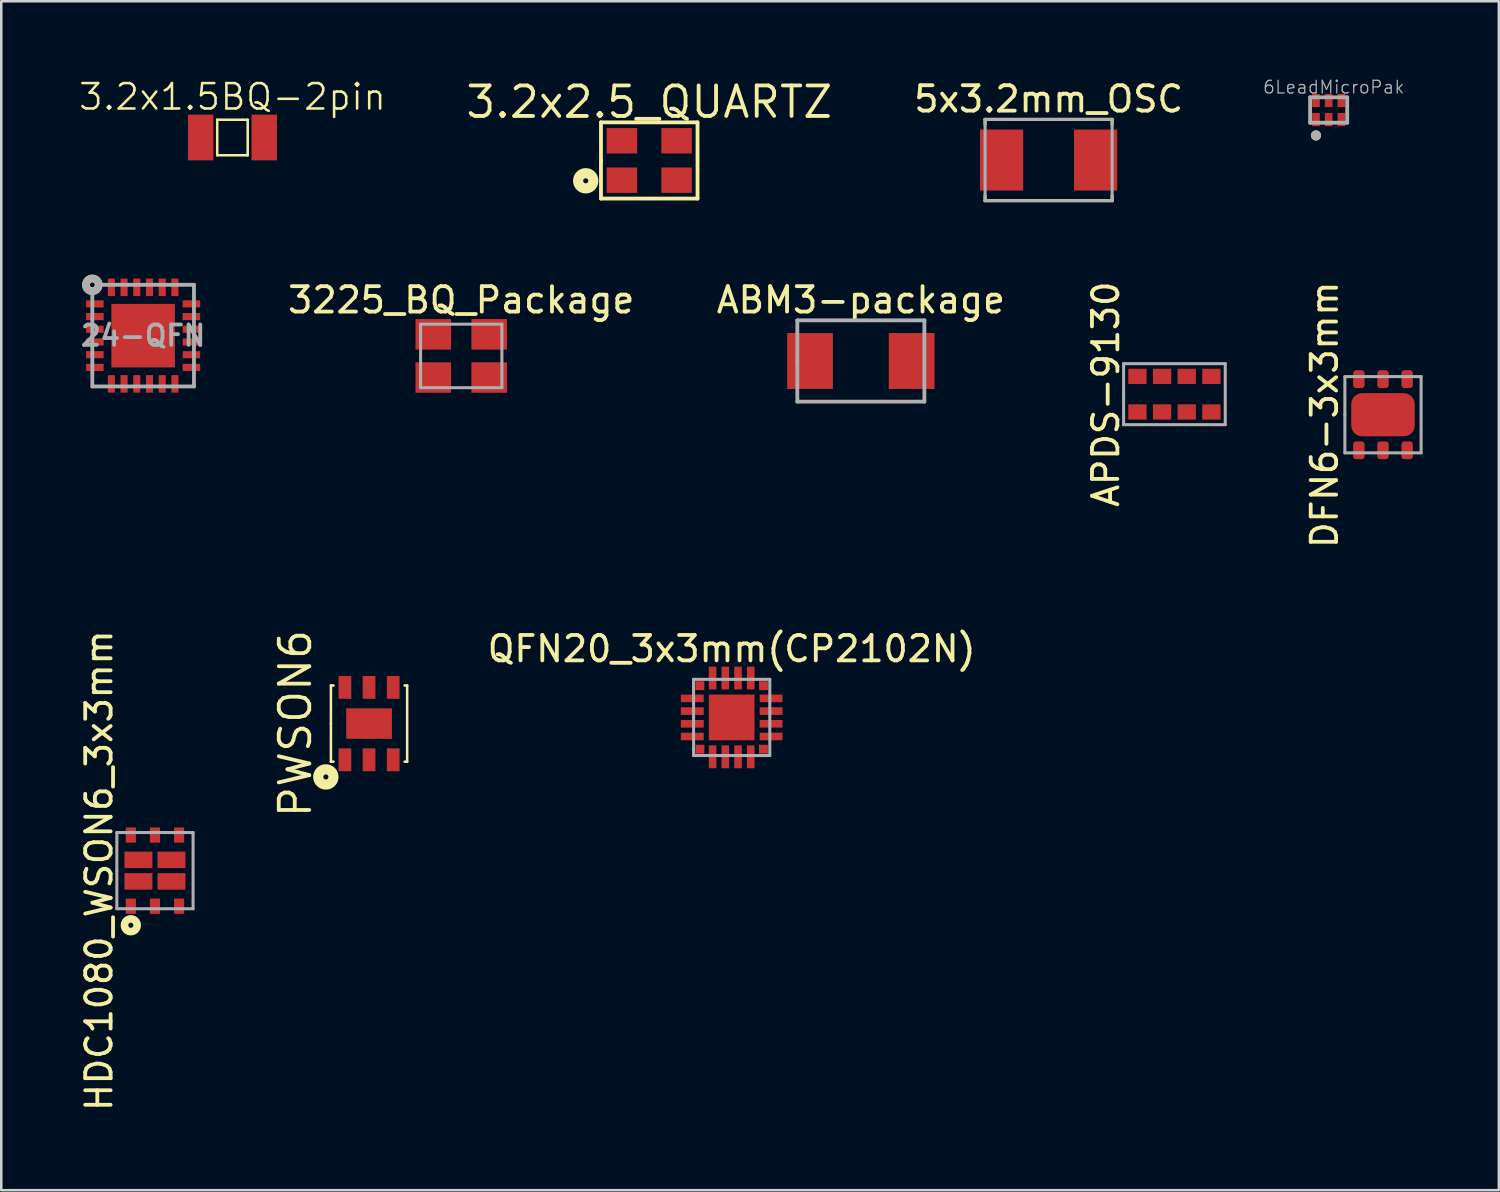
<source format=kicad_pcb>
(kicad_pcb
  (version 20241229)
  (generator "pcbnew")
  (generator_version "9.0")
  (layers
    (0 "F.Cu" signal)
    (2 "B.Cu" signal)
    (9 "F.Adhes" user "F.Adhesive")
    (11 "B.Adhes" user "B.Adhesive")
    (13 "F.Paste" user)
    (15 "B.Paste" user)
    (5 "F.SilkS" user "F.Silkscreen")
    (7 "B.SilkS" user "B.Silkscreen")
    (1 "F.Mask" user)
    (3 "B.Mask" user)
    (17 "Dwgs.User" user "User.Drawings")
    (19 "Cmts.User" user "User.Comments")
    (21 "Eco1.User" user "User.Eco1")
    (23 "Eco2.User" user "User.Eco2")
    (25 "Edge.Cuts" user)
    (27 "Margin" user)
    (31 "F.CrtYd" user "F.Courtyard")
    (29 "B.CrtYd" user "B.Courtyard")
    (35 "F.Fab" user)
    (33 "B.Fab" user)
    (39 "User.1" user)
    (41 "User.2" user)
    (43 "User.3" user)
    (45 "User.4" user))
  (footprint "DFN6-3x3mm"
    (layer "F.Cu")
    (at 51.375 13.271)
    (property "Reference" "DFN6-3x3mm" (at -2.3 0 90) (layer "F.SilkS") (effects (font (size 1 1) (thickness 0.15))))
    (attr smd)
    (fp_line (start -1.5 -1.5) (end 1.5 -1.5) (stroke (width 0.12) (type solid)) (layer "F.Fab"))
    (fp_line (start -1.5 0) (end -1.5 -1.5) (stroke (width 0.12) (type solid)) (layer "F.Fab"))
    (fp_line (start -1.5 1.5) (end -1.5 0) (stroke (width 0.12) (type solid)) (layer "F.Fab"))
    (fp_line (start 1.5 -1.5) (end 1.5 1.5) (stroke (width 0.12) (type solid)) (layer "F.Fab"))
    (fp_line (start 1.5 1.5) (end -1.5 1.5) (stroke (width 0.12) (type solid)) (layer "F.Fab"))
    (pad "1" smd roundrect (at -0.95 1.4) (size 0.45 0.7) (layers "F.Cu" "F.Mask" "F.Paste") (roundrect_rratio 0.25))
    (pad "2" smd roundrect (at 0 1.4) (size 0.45 0.7) (layers "F.Cu" "F.Mask" "F.Paste") (roundrect_rratio 0.25))
    (pad "3" smd roundrect (at 0.95 1.4) (size 0.45 0.7) (layers "F.Cu" "F.Mask" "F.Paste") (roundrect_rratio 0.25))
    (pad "4" smd roundrect (at 0.95 -1.4) (size 0.45 0.7) (layers "F.Cu" "F.Mask" "F.Paste") (roundrect_rratio 0.25))
    (pad "5" smd roundrect (at 0 -1.4) (size 0.45 0.7) (layers "F.Cu" "F.Mask" "F.Paste") (roundrect_rratio 0.25))
    (pad "6" smd roundrect (at -0.95 -1.4) (size 0.45 0.7) (layers "F.Cu" "F.Mask" "F.Paste") (roundrect_rratio 0.25))
    (pad "7" smd roundrect (at 0 0) (size 2.5 1.7) (layers "F.Cu" "F.Mask" "F.Paste") (roundrect_rratio 0.25)))
  (footprint "ABM3-package"
    (layer "F.Cu")
    (at 30.827 11.156)
    (property "Reference" "ABM3-package" (at 0 -2.4 0) (layer "F.SilkS") (effects (font (size 1 1) (thickness 0.15))))
    (attr through_hole)
    (fp_line (start -2.5 -1.6) (end 2.5 -1.6) (stroke (width 0.15) (type solid)) (layer "F.Fab"))
    (fp_line (start -2.5 0) (end -2.5 -1.6) (stroke (width 0.15) (type solid)) (layer "F.Fab"))
    (fp_line (start -2.5 1.6) (end -2.5 0) (stroke (width 0.15) (type solid)) (layer "F.Fab"))
    (fp_line (start 2.5 -1.6) (end 2.5 1.6) (stroke (width 0.15) (type solid)) (layer "F.Fab"))
    (fp_line (start 2.5 1.6) (end -2.5 1.6) (stroke (width 0.15) (type solid)) (layer "F.Fab"))
    (pad "1" smd rect (at -2 0) (size 1.8 2.2) (layers "F.Cu" "F.Mask" "F.Paste"))
    (pad "2" smd rect (at 2 0) (size 1.8 2.2) (layers "F.Cu" "F.Mask" "F.Paste")))
  (footprint "QFN20_3x3mm(CP2102N)"
    (layer "F.Cu")
    (at 25.744 25.183)
    (property "Reference" "QFN20_3x3mm(CP2102N)" (at 0 -2.7 0) (layer "F.SilkS") (effects (font (size 1 1) (thickness 0.15))))
    (attr smd)
    (fp_line (start -1.5 -1.5) (end 1.5 -1.5) (stroke (width 0.12) (type solid)) (layer "F.Fab"))
    (fp_line (start -1.5 0) (end -1.5 -1.5) (stroke (width 0.12) (type solid)) (layer "F.Fab"))
    (fp_line (start -1.5 1.5) (end -1.5 0) (stroke (width 0.12) (type solid)) (layer "F.Fab"))
    (fp_line (start 1.5 -1.5) (end 1.5 1.5) (stroke (width 0.12) (type solid)) (layer "F.Fab"))
    (fp_line (start 1.5 1.5) (end -1.5 1.5) (stroke (width 0.12) (type solid)) (layer "F.Fab"))
    (pad "1" smd rect (at -1.25 -1.25) (size 0.35 0.35) (layers "F.Cu" "F.Mask" "F.Paste"))
    (pad "2" smd rect (at -1.55 -0.75 90) (size 0.3 0.9) (layers "F.Cu" "F.Mask" "F.Paste"))
    (pad "3" smd rect (at -1.55 -0.25 90) (size 0.3 0.9) (layers "F.Cu" "F.Mask" "F.Paste"))
    (pad "4" smd rect (at -1.55 0.25 90) (size 0.3 0.9) (layers "F.Cu" "F.Mask" "F.Paste"))
    (pad "5" smd rect (at -1.55 0.75 90) (size 0.3 0.9) (layers "F.Cu" "F.Mask" "F.Paste"))
    (pad "6" smd rect (at -1.25 1.25) (size 0.35 0.35) (layers "F.Cu" "F.Mask" "F.Paste"))
    (pad "7" smd rect (at -0.75 1.55) (size 0.3 0.9) (layers "F.Cu" "F.Mask" "F.Paste"))
    (pad "8" smd rect (at -0.25 1.55) (size 0.3 0.9) (layers "F.Cu" "F.Mask" "F.Paste"))
    (pad "9" smd rect (at 0.25 1.55) (size 0.3 0.9) (layers "F.Cu" "F.Mask" "F.Paste"))
    (pad "10" smd rect (at 0.75 1.55) (size 0.3 0.9) (layers "F.Cu" "F.Mask" "F.Paste"))
    (pad "11" smd rect (at 1.25 1.25) (size 0.35 0.35) (layers "F.Cu" "F.Mask" "F.Paste"))
    (pad "12" smd rect (at 1.55 0.75 90) (size 0.3 0.9) (layers "F.Cu" "F.Mask" "F.Paste"))
    (pad "13" smd rect (at 1.55 0.25 90) (size 0.3 0.9) (layers "F.Cu" "F.Mask" "F.Paste"))
    (pad "14" smd rect (at 1.55 -0.25 90) (size 0.3 0.9) (layers "F.Cu" "F.Mask" "F.Paste"))
    (pad "15" smd rect (at 1.55 -0.75 90) (size 0.3 0.9) (layers "F.Cu" "F.Mask" "F.Paste"))
    (pad "16" smd rect (at 1.25 -1.25) (size 0.35 0.35) (layers "F.Cu" "F.Mask" "F.Paste"))
    (pad "17" smd rect (at 0.75 -1.55) (size 0.3 0.9) (layers "F.Cu" "F.Mask" "F.Paste"))
    (pad "18" smd rect (at 0.25 -1.55) (size 0.3 0.9) (layers "F.Cu" "F.Mask" "F.Paste"))
    (pad "19" smd rect (at -0.25 -1.55) (size 0.3 0.9) (layers "F.Cu" "F.Mask" "F.Paste"))
    (pad "20" smd rect (at -0.75 -1.55) (size 0.3 0.9) (layers "F.Cu" "F.Mask" "F.Paste"))
    (pad "21" smd rect (at 0 0) (size 1.8 1.8) (layers "F.Cu" "F.Mask" "F.Paste")))
  (footprint "PWSON6"
    (layer "F.Cu")
    (at 11.473 25.425)
    (property "Reference" "PWSON6" (at -2.9 0 90) (layer "F.SilkS") (effects (font (size 1.2 1.2) (thickness 0.15))))
    (attr through_hole)
    (fp_line (start -1.5 -1.5) (end -1.4 -1.5) (stroke (width 0.1) (type solid)) (layer "F.SilkS"))
    (fp_line (start -1.5 0) (end -1.5 -1.5) (stroke (width 0.1) (type solid)) (layer "F.SilkS"))
    (fp_line (start -1.5 0) (end -1.5 1.5) (stroke (width 0.1) (type solid)) (layer "F.SilkS"))
    (fp_line (start -1.5 1.5) (end -1.4 1.5) (stroke (width 0.1) (type solid)) (layer "F.SilkS"))
    (fp_line (start 1.5 -1.5) (end 1.4 -1.5) (stroke (width 0.1) (type solid)) (layer "F.SilkS"))
    (fp_line (start 1.5 1.5) (end 1.4 1.5) (stroke (width 0.1) (type solid)) (layer "F.SilkS"))
    (fp_line (start 1.5 1.5) (end 1.5 -1.5) (stroke (width 0.1) (type solid)) (layer "F.SilkS"))
    (fp_circle (center -1.7 2.1) (end -1.6 2.1) (stroke (width 0.4) (type solid)) (fill no) (layer "F.SilkS"))
    (pad "1" smd rect (at -0.95 1.425) (size 0.5 0.9) (layers "F.Cu" "F.Mask" "F.Paste"))
    (pad "2" smd rect (at 0 1.425) (size 0.5 0.9) (layers "F.Cu" "F.Mask" "F.Paste"))
    (pad "3" smd rect (at 0.95 1.425) (size 0.5 0.9) (layers "F.Cu" "F.Mask" "F.Paste"))
    (pad "4" smd rect (at 0.95 -1.425) (size 0.5 0.9) (layers "F.Cu" "F.Mask" "F.Paste"))
    (pad "5" smd rect (at 0 -1.425) (size 0.5 0.9) (layers "F.Cu" "F.Mask" "F.Paste"))
    (pad "6" smd rect (at -0.95 -1.425) (size 0.5 0.9) (layers "F.Cu" "F.Mask" "F.Paste"))
    (pad "7" smd rect (at 0 0) (size 1.8 1.2) (layers "F.Cu" "F.Mask" "F.Paste")))
  (footprint "5x3.2mm_OSC"
    (layer "F.Cu")
    (at 38.216 3.248)
    (property "Reference" "5x3.2mm_OSC" (at 0 -2.4 0) (layer "F.SilkS") (effects (font (size 1 1) (thickness 0.15))))
    (attr smd)
    (fp_line (start -2.5 -1.6) (end 2.5 -1.6) (stroke (width 0.12) (type solid)) (layer "F.SilkS"))
    (fp_line (start -2.5 -1.4) (end -2.5 -1.6) (stroke (width 0.12) (type solid)) (layer "F.SilkS"))
    (fp_line (start -2.5 1.6) (end -2.5 1.4) (stroke (width 0.12) (type solid)) (layer "F.SilkS"))
    (fp_line (start 2.5 -1.6) (end 2.5 -1.4) (stroke (width 0.12) (type solid)) (layer "F.SilkS"))
    (fp_line (start 2.5 1.4) (end 2.5 1.6) (stroke (width 0.12) (type solid)) (layer "F.SilkS"))
    (fp_line (start 2.5 1.6) (end -2.5 1.6) (stroke (width 0.12) (type solid)) (layer "F.SilkS"))
    (fp_line (start -2.5 -1.6) (end 2.5 -1.6) (stroke (width 0.12) (type solid)) (layer "F.Fab"))
    (fp_line (start -2.5 0) (end -2.5 -1.6) (stroke (width 0.12) (type solid)) (layer "F.Fab"))
    (fp_line (start -2.5 1.6) (end -2.5 0) (stroke (width 0.12) (type solid)) (layer "F.Fab"))
    (fp_line (start 2.5 -1.6) (end 2.5 1.6) (stroke (width 0.12) (type solid)) (layer "F.Fab"))
    (fp_line (start 2.5 1.6) (end -2.5 1.6) (stroke (width 0.12) (type solid)) (layer "F.Fab"))
    (pad "1" smd rect (at -1.85 0) (size 1.7 2.4) (layers "F.Cu" "F.Mask" "F.Paste"))
    (pad "2" smd rect (at 1.85 0) (size 1.7 2.4) (layers "F.Cu" "F.Mask" "F.Paste")))
  (footprint "24-QFN"
    (layer "F.Cu")
    (at 2.583 10.158)
    (property "Reference" "24-QFN" (at 0 0 0) (layer "F.Fab") (effects (font (size 0.8 0.8) (thickness 0.15))))
    (attr through_hole)
    (fp_circle (center -2 -2) (end -1.9 -2) (stroke (width 0.3) (type solid)) (fill no) (layer "F.SilkS"))
    (fp_line (start -2 0) (end -2 -1.6) (stroke (width 0.15) (type solid)) (layer "F.Fab"))
    (fp_line (start -2 2) (end -2 0) (stroke (width 0.15) (type solid)) (layer "F.Fab"))
    (fp_line (start 2 -2) (end -1.6 -2) (stroke (width 0.15) (type solid)) (layer "F.Fab"))
    (fp_line (start 2 -2) (end 2 2) (stroke (width 0.15) (type solid)) (layer "F.Fab"))
    (fp_line (start 2 2) (end -2 2) (stroke (width 0.15) (type solid)) (layer "F.Fab"))
    (fp_circle (center -2 -2) (end -1.9 -2) (stroke (width 0.3) (type solid)) (fill no) (layer "F.Fab"))
    (pad "1" smd rect (at -1.9 -1.25 90) (size 0.28 0.69) (layers "F.Cu" "F.Mask" "F.Paste"))
    (pad "2" smd rect (at -1.9 -0.75 90) (size 0.28 0.69) (layers "F.Cu" "F.Mask" "F.Paste"))
    (pad "3" smd rect (at -1.9 -0.25 90) (size 0.28 0.69) (layers "F.Cu" "F.Mask" "F.Paste"))
    (pad "4" smd rect (at -1.9 0.25 90) (size 0.28 0.69) (layers "F.Cu" "F.Mask" "F.Paste"))
    (pad "5" smd rect (at -1.9 0.75 90) (size 0.28 0.69) (layers "F.Cu" "F.Mask" "F.Paste"))
    (pad "6" smd rect (at -1.9 1.25 90) (size 0.28 0.69) (layers "F.Cu" "F.Mask" "F.Paste"))
    (pad "7" smd rect (at -1.25 1.9) (size 0.28 0.69) (layers "F.Cu" "F.Mask" "F.Paste"))
    (pad "8" smd rect (at -0.75 1.9) (size 0.28 0.69) (layers "F.Cu" "F.Mask" "F.Paste"))
    (pad "9" smd rect (at -0.25 1.9) (size 0.28 0.69) (layers "F.Cu" "F.Mask" "F.Paste"))
    (pad "10" smd rect (at 0.25 1.9) (size 0.28 0.69) (layers "F.Cu" "F.Mask" "F.Paste"))
    (pad "11" smd rect (at 0.75 1.9) (size 0.28 0.69) (layers "F.Cu" "F.Mask" "F.Paste"))
    (pad "12" smd rect (at 1.25 1.9) (size 0.28 0.69) (layers "F.Cu" "F.Mask" "F.Paste"))
    (pad "13" smd rect (at 1.9 1.25 90) (size 0.28 0.69) (layers "F.Cu" "F.Mask" "F.Paste"))
    (pad "14" smd rect (at 1.9 0.75 90) (size 0.28 0.69) (layers "F.Cu" "F.Mask" "F.Paste"))
    (pad "15" smd rect (at 1.9 0.25 90) (size 0.28 0.69) (layers "F.Cu" "F.Mask" "F.Paste"))
    (pad "16" smd rect (at 1.9 -0.25 90) (size 0.28 0.69) (layers "F.Cu" "F.Mask" "F.Paste"))
    (pad "17" smd rect (at 1.9 -0.75 90) (size 0.28 0.69) (layers "F.Cu" "F.Mask" "F.Paste"))
    (pad "18" smd rect (at 1.9 -1.25 90) (size 0.28 0.69) (layers "F.Cu" "F.Mask" "F.Paste"))
    (pad "19" smd rect (at 1.25 -1.9) (size 0.28 0.69) (layers "F.Cu" "F.Mask" "F.Paste"))
    (pad "20" smd rect (at 0.75 -1.9) (size 0.28 0.69) (layers "F.Cu" "F.Mask" "F.Paste"))
    (pad "21" smd rect (at 0.25 -1.9) (size 0.28 0.69) (layers "F.Cu" "F.Mask" "F.Paste"))
    (pad "22" smd rect (at -0.25 -1.9) (size 0.28 0.69) (layers "F.Cu" "F.Mask" "F.Paste"))
    (pad "23" smd rect (at -0.75 -1.9) (size 0.28 0.69) (layers "F.Cu" "F.Mask" "F.Paste"))
    (pad "24" smd rect (at -1.25 -1.9) (size 0.28 0.69) (layers "F.Cu" "F.Mask" "F.Paste"))
    (pad "25" smd rect (at 0 0) (size 2.5 2.5) (layers "F.Cu" "F.Mask" "F.Paste")))
  (footprint "3.2x2.5_QUARTZ"
    (layer "F.Cu")
    (at 22.5 3.265)
    (property "Reference" "3.2x2.5_QUARTZ" (at 0 -2.3 180) (layer "F.SilkS") (effects (font (size 1.2 1.2) (thickness 0.15))))
    (attr through_hole)
    (fp_line (start -1.9 -1.5) (end 1.9 -1.5) (stroke (width 0.15) (type solid)) (layer "F.SilkS"))
    (fp_line (start -1.9 0) (end -1.9 -1.5) (stroke (width 0.15) (type solid)) (layer "F.SilkS"))
    (fp_line (start -1.9 1.5) (end -1.9 0) (stroke (width 0.15) (type solid)) (layer "F.SilkS"))
    (fp_line (start 1.9 -1.5) (end 1.9 1.5) (stroke (width 0.15) (type solid)) (layer "F.SilkS"))
    (fp_line (start 1.9 1.5) (end -1.9 1.5) (stroke (width 0.15) (type solid)) (layer "F.SilkS"))
    (fp_circle (center -2.5 0.8) (end -2.6 0.8) (stroke (width 0.4) (type solid)) (fill no) (layer "F.SilkS"))
    (pad "1" smd rect (at -1.075 0.775) (size 1.2 1) (layers "F.Cu" "F.Mask" "F.Paste"))
    (pad "2" smd rect (at 1.075 0.775) (size 1.2 1) (layers "F.Cu" "F.Mask" "F.Paste"))
    (pad "3" smd rect (at 1.075 -0.775) (size 1.2 1) (layers "F.Cu" "F.Mask" "F.Paste"))
    (pad "4" smd rect (at -1.075 -0.775) (size 1.2 1) (layers "F.Cu" "F.Mask" "F.Paste")))
  (footprint "3225_BQ_Package"
    (layer "F.Cu")
    (at 15.101 10.957)
    (property "Reference" "3225_BQ_Package" (at 0 -2.2 180) (layer "F.SilkS") (effects (font (size 1 1) (thickness 0.15))))
    (attr smd)
    (fp_line (start -1.6 -1.25) (end -1.6 1.25) (stroke (width 0.12) (type solid)) (layer "F.Fab"))
    (fp_line (start -1.6 1.25) (end 1.6 1.25) (stroke (width 0.12) (type solid)) (layer "F.Fab"))
    (fp_line (start 1.6 -1.25) (end -1.6 -1.25) (stroke (width 0.12) (type solid)) (layer "F.Fab"))
    (fp_line (start 1.6 1.25) (end 1.6 -1.25) (stroke (width 0.12) (type solid)) (layer "F.Fab"))
    (pad "1" smd rect (at -1.1 0.85) (size 1.4 1.2) (layers "F.Cu" "F.Mask" "F.Paste"))
    (pad "2" smd rect (at 1.1 0.85) (size 1.4 1.2) (layers "F.Cu" "F.Mask" "F.Paste"))
    (pad "3" smd rect (at 1.1 -0.85) (size 1.4 1.2) (layers "F.Cu" "F.Mask" "F.Paste"))
    (pad "4" smd rect (at -1.1 -0.85) (size 1.4 1.2) (layers "F.Cu" "F.Mask" "F.Paste")))
  (footprint "3.2x1.5BQ-2pin"
    (layer "F.Cu")
    (at 6.098 2.361)
    (property "Reference" "3.2x1.5BQ-2pin" (at 0 -1.6 0) (layer "F.SilkS") (effects (font (size 1 1) (thickness 0.1))))
    (attr through_hole)
    (fp_line (start -0.6 -0.7) (end -0.6 0.7) (stroke (width 0.1) (type solid)) (layer "F.SilkS"))
    (fp_line (start -0.6 0.7) (end 0.6 0.7) (stroke (width 0.1) (type solid)) (layer "F.SilkS"))
    (fp_line (start 0.6 -0.7) (end -0.6 -0.7) (stroke (width 0.1) (type solid)) (layer "F.SilkS"))
    (fp_line (start 0.6 0.7) (end 0.6 -0.7) (stroke (width 0.1) (type solid)) (layer "F.SilkS"))
    (pad "1" smd rect (at -1.25 0) (size 1 1.8) (layers "F.Cu" "F.Mask" "F.Paste"))
    (pad "2" smd rect (at 1.25 0) (size 1 1.8) (layers "F.Cu" "F.Mask" "F.Paste")))
  (footprint "APDS-9130"
    (layer "F.Cu")
    (at 43.167 12.462)
    (property "Reference" "APDS-9130" (at -2.7 0 90) (layer "F.SilkS") (effects (font (size 1 1) (thickness 0.15))))
    (attr smd)
    (fp_line (start -2 -1.2) (end 2 -1.2) (stroke (width 0.12) (type solid)) (layer "F.Fab"))
    (fp_line (start -2 0) (end -2 -1.2) (stroke (width 0.12) (type solid)) (layer "F.Fab"))
    (fp_line (start -2 1.2) (end -2 0) (stroke (width 0.12) (type solid)) (layer "F.Fab"))
    (fp_line (start 2 -1.2) (end 2 1.2) (stroke (width 0.12) (type solid)) (layer "F.Fab"))
    (fp_line (start 2 1.2) (end -2 1.2) (stroke (width 0.12) (type solid)) (layer "F.Fab"))
    (pad "1" smd rect (at -1.455 -0.7) (size 0.72 0.6) (layers "F.Cu" "F.Mask" "F.Paste"))
    (pad "2" smd rect (at -0.485 -0.7) (size 0.72 0.6) (layers "F.Cu" "F.Mask" "F.Paste"))
    (pad "3" smd rect (at 0.485 -0.7) (size 0.72 0.6) (layers "F.Cu" "F.Mask" "F.Paste"))
    (pad "4" smd rect (at 1.455 -0.7) (size 0.72 0.6) (layers "F.Cu" "F.Mask" "F.Paste"))
    (pad "5" smd rect (at 1.455 0.7) (size 0.72 0.6) (layers "F.Cu" "F.Mask" "F.Paste"))
    (pad "6" smd rect (at 0.485 0.7) (size 0.72 0.6) (layers "F.Cu" "F.Mask" "F.Paste"))
    (pad "7" smd rect (at -0.485 0.7) (size 0.72 0.6) (layers "F.Cu" "F.Mask" "F.Paste"))
    (pad "8" smd rect (at -1.455 0.7) (size 0.72 0.6) (layers "F.Cu" "F.Mask" "F.Paste")))
  (footprint "HDC1080_WSON6_3x3mm"
    (layer "F.Cu")
    (at 3.048 31.212)
    (property "Reference" "HDC1080_WSON6_3x3mm" (at -2.2 0 90) (layer "F.SilkS") (effects (font (size 1 1) (thickness 0.15))))
    (attr smd)
    (fp_circle (center -0.95 2.15) (end -0.85 2.15) (stroke (width 0.3) (type solid)) (fill no) (layer "F.SilkS"))
    (fp_line (start -1.5 -1.5) (end 1.5 -1.5) (stroke (width 0.12) (type solid)) (layer "F.Fab"))
    (fp_line (start -1.5 0) (end -1.5 -1.5) (stroke (width 0.12) (type solid)) (layer "F.Fab"))
    (fp_line (start -1.5 1.5) (end -1.5 0) (stroke (width 0.12) (type solid)) (layer "F.Fab"))
    (fp_line (start 1.5 -1.5) (end 1.5 1.5) (stroke (width 0.12) (type solid)) (layer "F.Fab"))
    (fp_line (start 1.5 1.5) (end -1.5 1.5) (stroke (width 0.12) (type solid)) (layer "F.Fab"))
    (pad "1" smd rect (at -0.95 1.4) (size 0.4 0.6) (layers "F.Cu" "F.Mask" "F.Paste"))
    (pad "2" smd rect (at 0 1.4) (size 0.4 0.6) (layers "F.Cu" "F.Mask" "F.Paste"))
    (pad "3" smd rect (at 0.95 1.4) (size 0.4 0.6) (layers "F.Cu" "F.Mask" "F.Paste"))
    (pad "4" smd rect (at 0.95 -1.4) (size 0.4 0.6) (layers "F.Cu" "F.Mask" "F.Paste"))
    (pad "5" smd rect (at 0 -1.4) (size 0.4 0.6) (layers "F.Cu" "F.Mask" "F.Paste"))
    (pad "6" smd rect (at -0.95 -1.4) (size 0.4 0.6) (layers "F.Cu" "F.Mask" "F.Paste"))
    (pad "7" smd rect (at -0.65 -0.425) (size 1.1 0.65) (layers "F.Cu" "F.Mask" "F.Paste"))
    (pad "7" smd rect (at -0.65 0.425) (size 1.1 0.65) (layers "F.Cu" "F.Mask" "F.Paste"))
    (pad "7" smd rect (at 0.65 -0.425) (size 1.1 0.65) (layers "F.Cu" "F.Mask" "F.Paste"))
    (pad "7" smd rect (at 0.65 0.425) (size 1.1 0.65) (layers "F.Cu" "F.Mask" "F.Paste")))
  (footprint "6LeadMicroPak"
    (layer "F.Cu")
    (at 49.237 1.28)
    (property "Reference" "6LeadMicroPak" (at 0.2 -0.9 180) (layer "F.Fab") (effects (font (size 0.5 0.5) (thickness 0.05))))
    (attr through_hole)
    (fp_circle (center -0.5 1) (end -0.4 1) (stroke (width 0.2) (type solid)) (fill no) (layer "F.SilkS"))
    (fp_line (start -0.73 -0.5) (end 0.73 -0.5) (stroke (width 0.15) (type solid)) (layer "F.Fab"))
    (fp_line (start -0.73 0.5) (end -0.73 -0.5) (stroke (width 0.15) (type solid)) (layer "F.Fab"))
    (fp_line (start 0.73 -0.5) (end 0.73 0.5) (stroke (width 0.15) (type solid)) (layer "F.Fab"))
    (fp_line (start 0.73 0.5) (end -0.73 0.5) (stroke (width 0.15) (type solid)) (layer "F.Fab"))
    (fp_circle (center -0.5 1) (end -0.4 1) (stroke (width 0.2) (type solid)) (fill no) (layer "F.Fab"))
    (pad "1" smd rect (at -0.5 0.375) (size 0.3 0.52) (layers "F.Cu" "F.Mask" "F.Paste"))
    (pad "2" smd rect (at 0 0.375) (size 0.3 0.52) (layers "F.Cu" "F.Mask" "F.Paste"))
    (pad "3" smd rect (at 0.5 0.375) (size 0.3 0.52) (layers "F.Cu" "F.Mask" "F.Paste"))
    (pad "4" smd rect (at 0.5 -0.375) (size 0.3 0.52) (layers "F.Cu" "F.Mask" "F.Paste"))
    (pad "5" smd rect (at 0 -0.375) (size 0.3 0.52) (layers "F.Cu" "F.Mask" "F.Paste"))
    (pad "6" smd rect (at -0.5 -0.375) (size 0.3 0.52) (layers "F.Cu" "F.Mask" "F.Paste")))
  (gr_rect
    (start -3 -3)
    (end 55.935 43.789)
    (stroke (width 0.1) (type default))
    (fill no)
    (layer "Edge.Cuts")))
</source>
